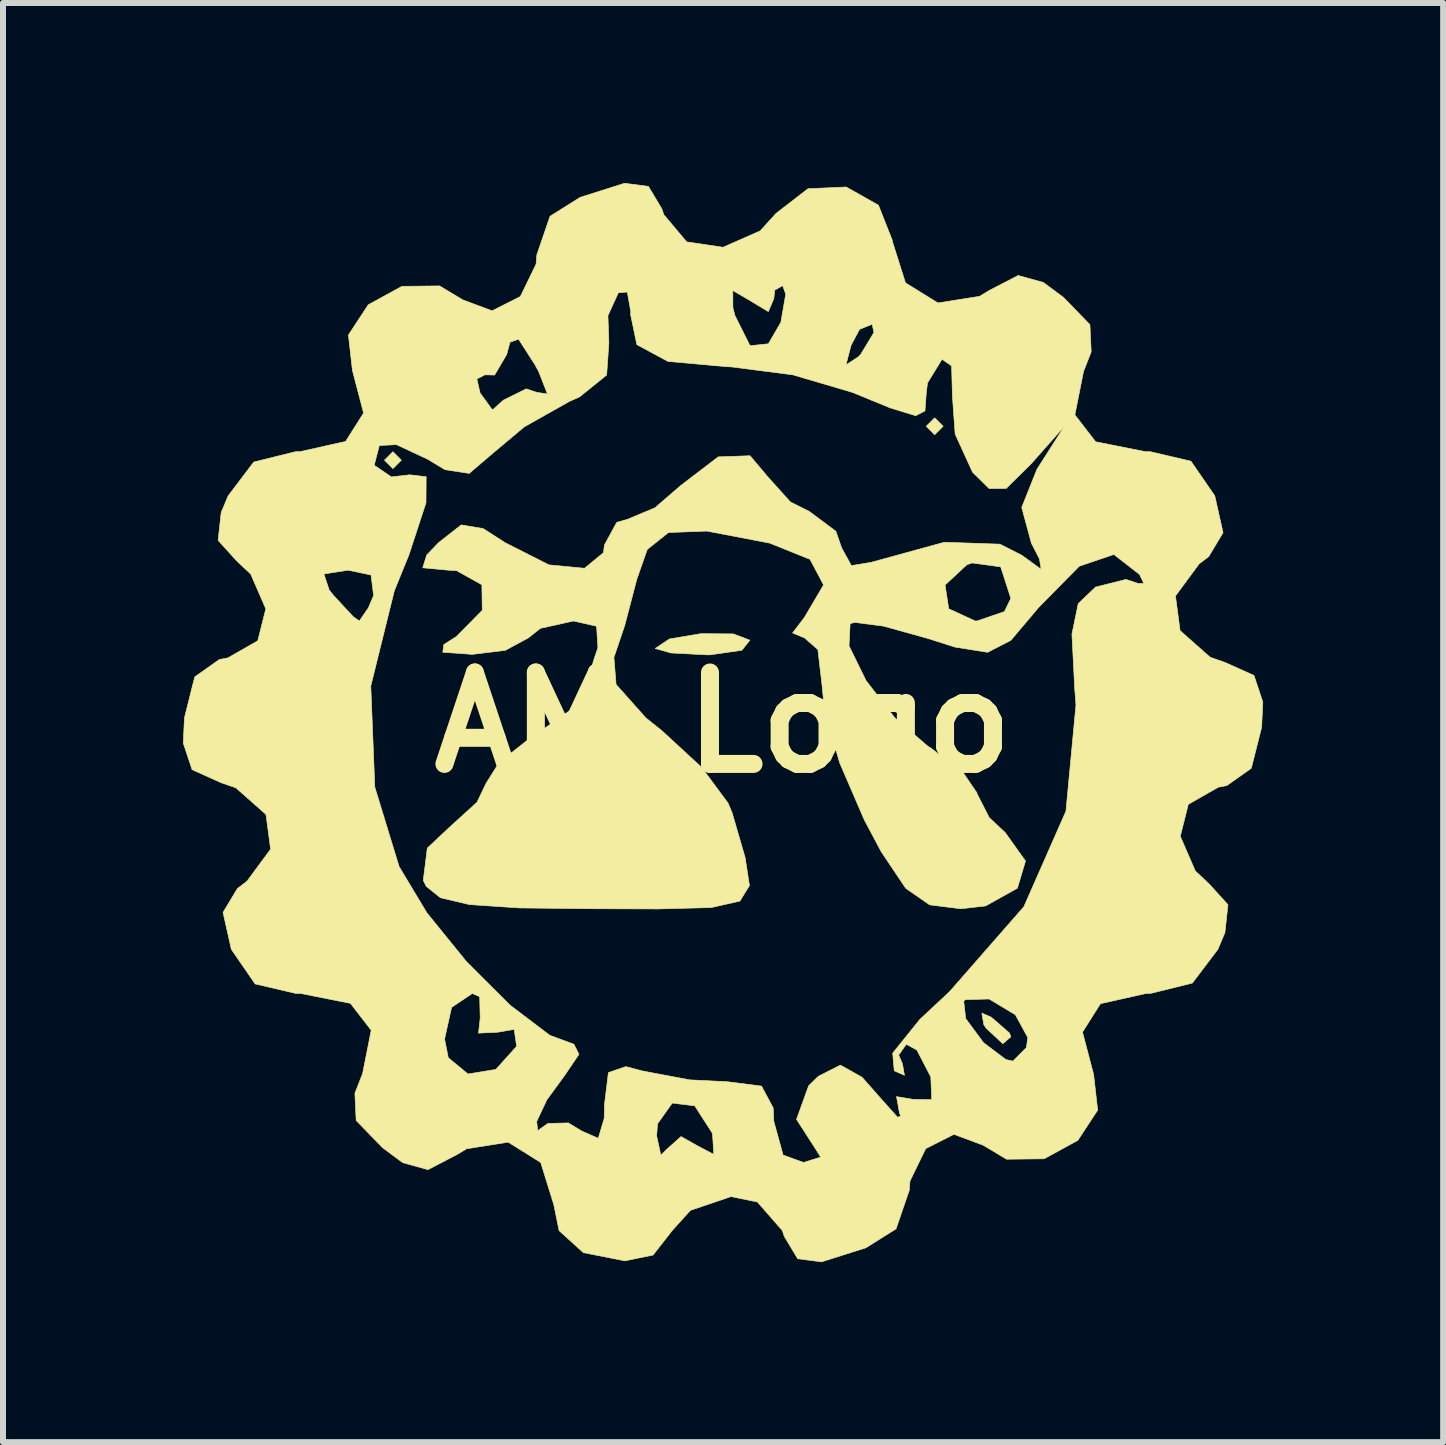
<source format=kicad_pcb>
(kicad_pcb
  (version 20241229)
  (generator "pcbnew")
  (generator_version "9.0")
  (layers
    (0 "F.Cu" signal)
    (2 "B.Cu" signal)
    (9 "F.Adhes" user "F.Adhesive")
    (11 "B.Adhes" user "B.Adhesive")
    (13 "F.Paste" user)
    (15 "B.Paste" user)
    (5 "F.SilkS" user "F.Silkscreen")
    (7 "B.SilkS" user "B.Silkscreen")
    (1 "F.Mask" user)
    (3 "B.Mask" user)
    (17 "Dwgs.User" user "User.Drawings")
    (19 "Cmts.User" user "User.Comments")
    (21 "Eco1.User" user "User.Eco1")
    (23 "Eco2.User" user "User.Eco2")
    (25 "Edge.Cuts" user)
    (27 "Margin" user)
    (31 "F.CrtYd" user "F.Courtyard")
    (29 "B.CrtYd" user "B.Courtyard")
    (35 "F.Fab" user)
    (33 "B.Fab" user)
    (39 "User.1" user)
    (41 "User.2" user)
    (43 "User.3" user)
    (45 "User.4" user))
  (footprint "AM Logo"
    (layer "F.Cu")
    (at 9.003 8.995)
    (property "Reference" "AM Logo" (at 0 0 0) (layer "F.SilkS") (effects (font (size 1.524 1.524) (thickness 0.3))))
    (attr through_hole)
    (fp_poly (pts (xy -5.362 -4.374) (xy -5.503 -4.233) (xy -5.644 -4.374) (xy -5.503 -4.516) (xy -5.362 -4.374)) (stroke (width 0.01) (type solid)) (fill yes) (layer "F.SilkS"))
    (fp_poly (pts (xy 3.669 -4.939) (xy 3.528 -4.798) (xy 3.387 -4.939) (xy 3.528 -5.08) (xy 3.669 -4.939)) (stroke (width 0.01) (type solid)) (fill yes) (layer "F.SilkS"))
    (fp_poly (pts (xy 4.472 4.912) (xy 4.773 5.174) (xy 4.798 5.238) (xy 4.664 5.354) (xy 4.385 5.094) (xy 4.347 5.036) (xy 4.314 4.843) (xy 4.472 4.912)) (stroke (width 0.01) (type solid)) (fill yes) (layer "F.SilkS"))
    (fp_poly (pts (xy 0.172 -1.478) (xy 0.447 -1.373) (xy 0.313 -1.205) (xy -0.216 -1.129) (xy -0.266 -1.129) (xy -0.868 -1.16) (xy -1.129 -1.234) (xy -1.129 -1.237) (xy -0.893 -1.394) (xy -0.368 -1.482) (xy 0.172 -1.478)) (stroke (width 0.01) (type solid)) (fill yes) (layer "F.SilkS"))
    (fp_poly (pts (xy -1.244 -8.938) (xy -1.02 -8.564) (xy -0.988 -8.467) (xy -0.606 -8.013) (xy -0.001 -7.923) (xy 0.619 -8.196) (xy 0.885 -8.489) (xy 1.416 -8.899) (xy 2.053 -8.928) (xy 2.59 -8.625) (xy 2.822 -8.039) (xy 2.822 -8.023) (xy 3.041 -7.33) (xy 3.582 -6.995) (xy 4.275 -7.105) (xy 4.445 -7.207) (xy 4.919 -7.453) (xy 5.339 -7.337) (xy 5.677 -7.086) (xy 6.116 -6.633) (xy 6.137 -6.179) (xy 6.009 -5.853) (xy 5.865 -5.129) (xy 6.211 -4.681) (xy 7.041 -4.516) (xy 7.119 -4.516) (xy 7.8 -4.357) (xy 8.193 -3.786) (xy 8.199 -3.771) (xy 8.335 -3.165) (xy 8.096 -2.767) (xy 7.936 -2.645) (xy 7.542 -2.111) (xy 7.619 -1.532) (xy 8.121 -1.088) (xy 8.369 -1.002) (xy 8.851 -0.785) (xy 8.998 -0.342) (xy 8.978 0.08) (xy 8.806 0.762) (xy 8.397 1.051) (xy 8.255 1.078) (xy 7.756 1.363) (xy 7.622 1.896) (xy 7.874 2.476) (xy 8.103 2.69) (xy 8.417 3.037) (xy 8.366 3.502) (xy 8.25 3.779) (xy 7.823 4.343) (xy 7.128 4.515) (xy 7.053 4.516) (xy 6.292 4.686) (xy 5.992 5.16) (xy 6.178 5.869) (xy 6.245 6.461) (xy 5.915 6.964) (xy 5.353 7.272) (xy 4.726 7.279) (xy 4.337 7.046) (xy 3.85 6.864) (xy 3.379 7.102) (xy 3.116 7.643) (xy 3.104 7.798) (xy 2.884 8.44) (xy 2.381 8.756) (xy 1.642 8.99) (xy 1.244 8.938) (xy 1.02 8.564) (xy 0.988 8.467) (xy 0.573 7.992) (xy 0.132 7.902) (xy -0.543 8.131) (xy -0.847 8.467) (xy -1.167 8.877) (xy -1.636 8.973) (xy -2.328 8.837) (xy -2.733 8.47) (xy -2.822 8.033) (xy -3.04 7.333) (xy -3.581 6.995) (xy -4.275 7.105) (xy -4.445 7.207) (xy -4.919 7.453) (xy -5.339 7.337) (xy -5.677 7.086) (xy -6.116 6.633) (xy -6.137 6.179) (xy -6.009 5.853) (xy -5.894 5.275) (xy -4.642 5.275) (xy -4.58 5.588) (xy -4.252 5.858) (xy -3.787 5.782) (xy -3.448 5.405) (xy -3.442 5.388) (xy -3.482 5.115) (xy -3.757 5.162) (xy -4.076 5.177) (xy -4.048 4.925) (xy -4.057 4.57) (xy -4.18 4.516) (xy -4.525 4.748) (xy -4.642 5.275) (xy -5.894 5.275) (xy -5.865 5.129) (xy -6.211 4.681) (xy -7.041 4.516) (xy -7.119 4.516) (xy -7.8 4.357) (xy -8.193 3.786) (xy -8.199 3.771) (xy -8.335 3.165) (xy -8.096 2.767) (xy -7.936 2.645) (xy -7.542 2.111) (xy -7.619 1.532) (xy -8.121 1.088) (xy -8.369 1.002) (xy -8.851 0.785) (xy -8.998 0.342) (xy -8.978 -0.08) (xy -8.845 -0.61) (xy -5.872 -0.61) (xy -5.805 1.077) (xy -5.4 2.401) (xy -4.938 3.171) (xy -4.276 3.987) (xy -3.548 4.713) (xy -2.887 5.214) (xy -2.486 5.362) (xy -2.402 5.53) (xy -2.637 5.878) (xy -2.938 6.29) (xy -3.107 6.651) (xy -3.089 6.802) (xy -2.919 6.682) (xy -2.579 6.674) (xy -2.354 6.81) (xy -2.08 6.93) (xy -2.068 6.891) (xy -1.107 6.891) (xy -1.037 7.211) (xy -0.938 7.114) (xy -0.7 6.901) (xy -0.418 7.06) (xy -0.154 7.199) (xy -0.174 6.876) (xy -0.184 6.836) (xy -0.472 6.389) (xy -0.847 6.343) (xy -1.092 6.688) (xy -1.107 6.891) (xy -2.068 6.891) (xy -1.981 6.599) (xy -1.976 6.366) (xy -1.911 5.835) (xy -1.621 5.735) (xy -1.342 5.808) (xy -0.556 5.956) (xy 0.069 5.987) (xy 0.641 6.06) (xy 0.836 6.423) (xy 0.847 6.651) (xy 1.001 7.209) (xy 1.341 7.333) (xy 1.628 7.244) (xy 1.552 7.122) (xy 1.225 6.615) (xy 1.427 6.054) (xy 1.588 5.897) (xy 1.956 5.71) (xy 2.317 5.912) (xy 2.591 6.223) (xy 2.909 6.579) (xy 2.965 6.56) (xy 2.942 6.514) (xy 2.892 6.235) (xy 3.167 6.281) (xy 3.48 6.287) (xy 3.463 5.906) (xy 3.231 5.459) (xy 3.055 5.362) (xy 2.928 5.542) (xy 2.99 5.688) (xy 3.024 5.88) (xy 2.854 5.805) (xy 2.828 5.511) (xy 3.281 4.948) (xy 3.608 4.643) (xy 4.012 4.643) (xy 4.045 4.935) (xy 4.342 5.336) (xy 4.714 5.617) (xy 4.832 5.644) (xy 5.057 5.418) (xy 5.08 5.251) (xy 4.873 4.871) (xy 4.435 4.608) (xy 4.04 4.619) (xy 4.012 4.643) (xy 3.608 4.643) (xy 3.776 4.486) (xy 5.014 3.071) (xy 5.716 1.478) (xy 5.883 -0.293) (xy 5.862 -0.571) (xy 5.816 -1.474) (xy 5.921 -1.983) (xy 6.209 -2.258) (xy 6.212 -2.259) (xy 6.715 -2.386) (xy 6.923 -2.318) (xy 7.015 -2.319) (xy 6.943 -2.469) (xy 6.515 -2.802) (xy 5.938 -2.606) (xy 5.264 -1.923) (xy 4.797 -1.37) (xy 4.411 -1.171) (xy 3.866 -1.258) (xy 3.408 -1.404) (xy 2.673 -1.608) (xy 2.194 -1.67) (xy 2.118 -1.648) (xy 2.1 -1.278) (xy 2.384 -0.699) (xy 2.859 -0.084) (xy 3.412 0.393) (xy 3.454 0.418) (xy 3.995 0.824) (xy 4.233 1.173) (xy 4.233 1.184) (xy 4.438 1.586) (xy 4.703 1.833) (xy 5.042 2.308) (xy 4.907 2.761) (xy 4.377 3.057) (xy 3.965 3.104) (xy 3.445 3.039) (xy 3.046 2.763) (xy 2.638 2.155) (xy 2.355 1.623) (xy 1.945 0.673) (xy 1.692 -0.2) (xy 1.649 -0.635) (xy 1.581 -1.216) (xy 1.359 -1.411) (xy 1.159 -1.494) (xy 1.355 -1.75) (xy 1.675 -2.293) (xy 3.701 -2.293) (xy 3.762 -1.897) (xy 4.202 -1.694) (xy 4.233 -1.693) (xy 4.691 -1.85) (xy 4.798 -2.07) (xy 4.628 -2.596) (xy 4.151 -2.661) (xy 4.065 -2.631) (xy 3.701 -2.293) (xy 1.675 -2.293) (xy 1.676 -2.295) (xy 1.45 -2.721) (xy 0.776 -2.992) (xy -0.271 -3.192) (xy -0.91 -3.168) (xy -1.263 -2.886) (xy -1.437 -2.391) (xy -1.638 -1.622) (xy -1.819 -1.087) (xy -1.783 -0.635) (xy -1.288 -0.079) (xy -1.018 0.137) (xy -0.359 0.745) (xy 0.085 1.345) (xy 0.152 1.507) (xy 0.368 2.249) (xy 0.44 2.718) (xy 0.281 2.976) (xy -0.197 3.084) (xy -1.083 3.107) (xy -2.107 3.104) (xy -3.397 3.09) (xy -4.229 3.034) (xy -4.711 2.92) (xy -4.948 2.73) (xy -4.997 2.631) (xy -4.93 2.093) (xy -4.565 1.75) (xy -4.101 1.328) (xy -3.951 1.014) (xy -3.73 0.663) (xy -3.189 0.237) (xy -3.104 0.186) (xy -2.537 -0.212) (xy -2.263 -0.529) (xy -2.258 -0.557) (xy -2.165 -1.014) (xy -2.086 -1.247) (xy -2.108 -1.606) (xy -2.493 -1.693) (xy -3.046 -1.57) (xy -3.246 -1.411) (xy -3.63 -1.204) (xy -4.179 -1.137) (xy -4.672 -1.172) (xy -4.655 -1.3) (xy -4.445 -1.434) (xy -4.014 -1.871) (xy -4.02 -2.297) (xy -4.441 -2.532) (xy -4.576 -2.54) (xy -5.006 -2.58) (xy -4.94 -2.792) (xy -4.743 -2.998) (xy -4.365 -3.295) (xy -3.999 -3.234) (xy -3.632 -2.998) (xy -2.903 -2.629) (xy -2.309 -2.572) (xy -1.994 -2.831) (xy -1.976 -2.963) (xy -1.772 -3.338) (xy -1.596 -3.387) (xy -1.135 -3.58) (xy -0.706 -3.951) (xy -0.08 -4.429) (xy 0.45 -4.448) (xy 0.74 -4.103) (xy 1.123 -3.677) (xy 1.437 -3.52) (xy 1.881 -3.189) (xy 1.976 -2.914) (xy 2.139 -2.616) (xy 2.469 -2.671) (xy 3.689 -3.006) (xy 4.616 -2.974) (xy 4.984 -2.787) (xy 5.303 -2.554) (xy 5.275 -2.728) (xy 5.14 -2.99) (xy 4.979 -3.586) (xy 5.233 -4.223) (xy 5.257 -4.26) (xy 5.69 -4.939) (xy 5.137 -4.315) (xy 4.72 -3.903) (xy 4.436 -3.901) (xy 4.159 -4.174) (xy 3.869 -4.809) (xy 3.824 -5.438) (xy 3.81 -5.945) (xy 3.65 -6.056) (xy 3.408 -5.66) (xy 3.387 -5.487) (xy 3.366 -5.195) (xy 3.212 -5.115) (xy 2.785 -5.246) (xy 2.16 -5.503) (xy 1.162 -5.797) (xy 0.128 -5.93) (xy 0.08 -5.931) (xy -0.268 -5.962) (xy 2.049 -5.962) (xy 2.256 -6.097) (xy 2.293 -6.134) (xy 2.516 -6.504) (xy 2.485 -6.64) (xy 2.276 -6.555) (xy 2.135 -6.292) (xy 2.049 -5.962) (xy -0.268 -5.962) (xy -0.918 -6.02) (xy -1.437 -6.3) (xy -1.542 -6.807) (xy -1.537 -6.845) (xy -1.596 -7.177) (xy -1.745 -7.165) (xy -1.919 -6.784) (xy -1.903 -6.334) (xy -1.94 -5.793) (xy -2.393 -5.428) (xy -2.562 -5.353) (xy -3.313 -4.93) (xy -3.821 -4.504) (xy -4.231 -4.154) (xy -4.634 -4.215) (xy -4.922 -4.389) (xy -5.445 -4.633) (xy -5.73 -4.618) (xy -5.815 -4.289) (xy -5.529 -4.095) (xy -5.223 -4.13) (xy -4.949 -4.098) (xy -4.952 -3.663) (xy -5.237 -2.793) (xy -5.48 -2.196) (xy -5.872 -0.61) (xy -8.845 -0.61) (xy -8.806 -0.762) (xy -8.397 -1.051) (xy -8.255 -1.078) (xy -7.756 -1.363) (xy -7.622 -1.896) (xy -7.874 -2.476) (xy -7.875 -2.477) (xy -6.654 -2.477) (xy -6.565 -2.209) (xy -6.491 -2.117) (xy -6.167 -1.767) (xy -6.063 -1.693) (xy -5.912 -1.913) (xy -5.825 -2.117) (xy -5.868 -2.46) (xy -6.252 -2.54) (xy -6.654 -2.477) (xy -7.875 -2.477) (xy -8.103 -2.69) (xy -8.417 -3.037) (xy -8.366 -3.502) (xy -8.25 -3.779) (xy -7.823 -4.343) (xy -7.128 -4.515) (xy -7.053 -4.516) (xy -6.292 -4.686) (xy -5.992 -5.16) (xy -6.141 -5.728) (xy -4.104 -5.728) (xy -4.05 -5.494) (xy -3.844 -5.211) (xy -3.661 -5.375) (xy -3.281 -5.563) (xy -3.108 -5.505) (xy -2.927 -5.477) (xy -3.072 -5.848) (xy -3.134 -5.963) (xy -3.409 -6.391) (xy -3.552 -6.34) (xy -3.607 -6.135) (xy -3.808 -5.793) (xy -3.969 -5.797) (xy -4.104 -5.728) (xy -6.141 -5.728) (xy -6.178 -5.869) (xy -6.245 -6.461) (xy -5.915 -6.964) (xy -5.353 -7.272) (xy -4.726 -7.279) (xy -4.337 -7.046) (xy -3.85 -6.864) (xy -3.379 -7.102) (xy -3.33 -7.202) (xy 0.163 -7.202) (xy 0.164 -6.919) (xy 0.196 -6.789) (xy 0.45 -6.282) (xy 0.756 -6.314) (xy 0.964 -6.673) (xy 1.045 -7.142) (xy 0.994 -7.284) (xy 0.861 -7.208) (xy 0.847 -7.068) (xy 0.755 -6.85) (xy 0.446 -7.037) (xy 0.163 -7.202) (xy -3.33 -7.202) (xy -3.116 -7.643) (xy -3.104 -7.798) (xy -2.884 -8.44) (xy -2.381 -8.756) (xy -1.642 -8.99) (xy -1.244 -8.938)) (stroke (width 0.01) (type solid)) (fill yes) (layer "F.SilkS")))
  (gr_rect
    (start -3 -3)
    (end 21.007 20.99)
    (stroke (width 0.1) (type default))
    (fill no)
    (layer "Edge.Cuts")))
</source>
